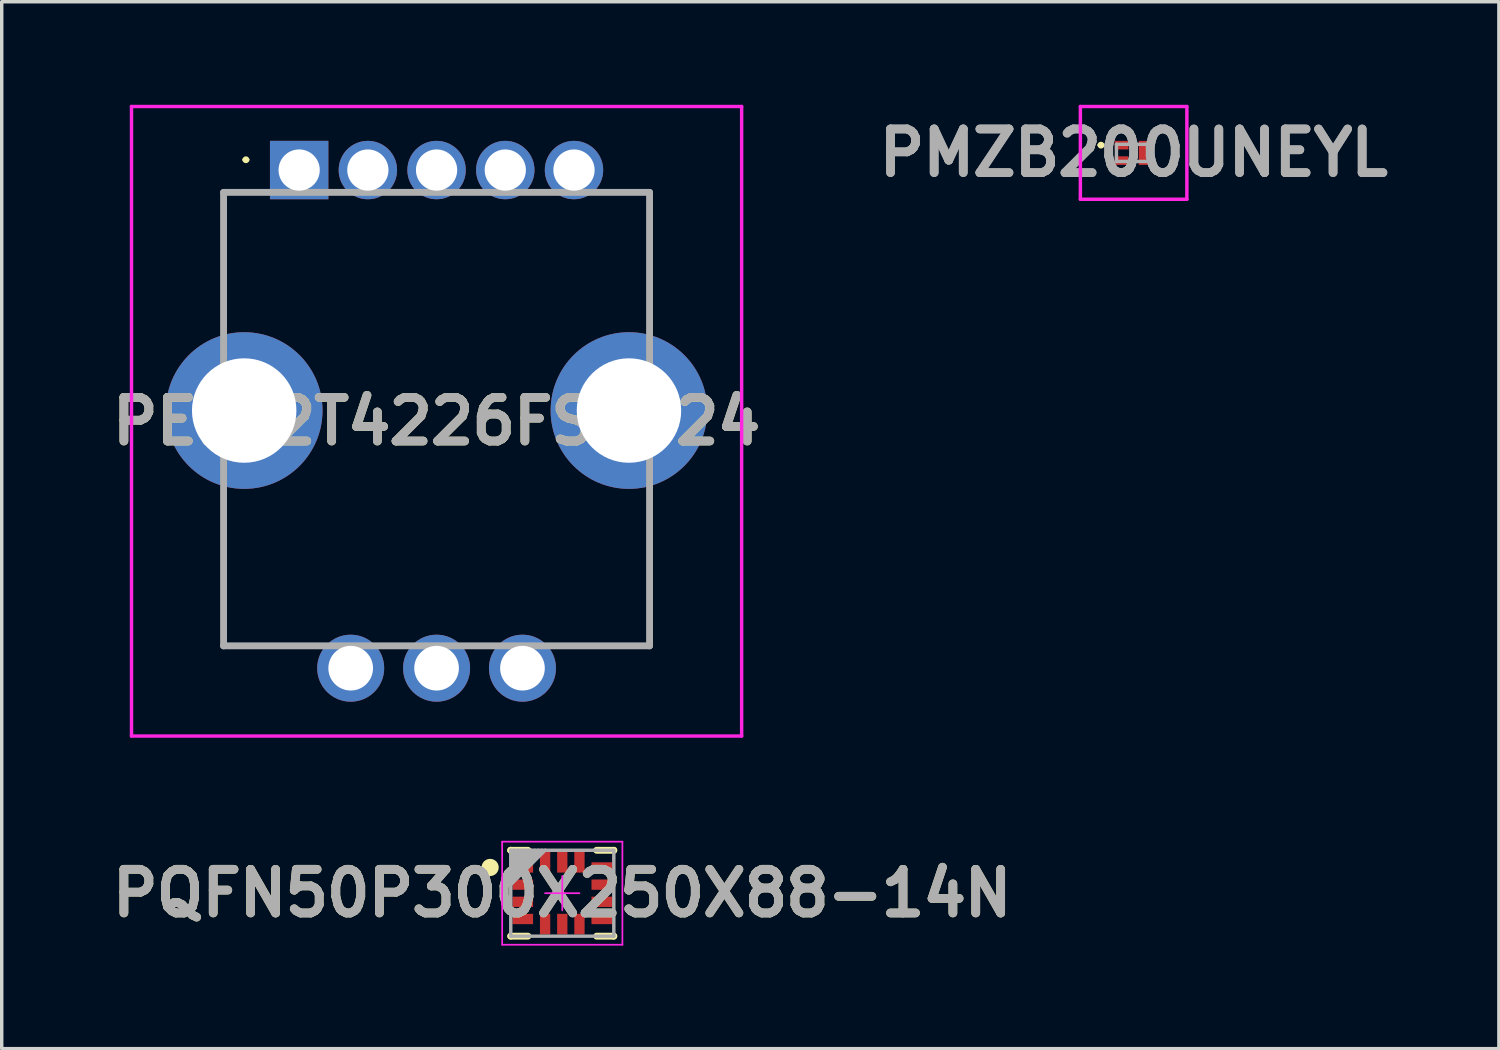
<source format=kicad_pcb>
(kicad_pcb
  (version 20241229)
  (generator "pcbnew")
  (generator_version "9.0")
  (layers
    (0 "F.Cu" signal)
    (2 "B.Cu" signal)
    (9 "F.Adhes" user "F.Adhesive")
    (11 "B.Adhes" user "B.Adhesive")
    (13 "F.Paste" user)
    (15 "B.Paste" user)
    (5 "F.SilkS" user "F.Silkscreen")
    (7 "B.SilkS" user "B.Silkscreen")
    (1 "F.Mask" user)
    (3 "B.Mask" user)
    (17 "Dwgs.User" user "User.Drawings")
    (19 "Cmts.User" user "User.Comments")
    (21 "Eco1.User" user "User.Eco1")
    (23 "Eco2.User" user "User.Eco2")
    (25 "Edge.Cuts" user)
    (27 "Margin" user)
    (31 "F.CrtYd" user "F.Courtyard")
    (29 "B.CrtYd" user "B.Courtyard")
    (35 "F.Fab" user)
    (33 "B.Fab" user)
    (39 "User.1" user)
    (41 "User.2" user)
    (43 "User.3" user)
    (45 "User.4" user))
  (footprint "PQFN50P300X250X88-14N"
    (layer "F.Cu")
    (at 13.317 22.95)
    (property "Reference" "PQFN50P300X250X88-14N" (at 0 0 0) (layer "F.SilkS") (effects (font (size 1.27 1.27) (thickness 0.254))))
    (attr smd)
    (fp_line (start -1.5 -1.25) (end -1.5 -1.25) (stroke (width 0.2) (type solid)) (layer "F.SilkS"))
    (fp_line (start -1.5 -1.25) (end -1.5 -1.25) (stroke (width 0.2) (type solid)) (layer "F.SilkS"))
    (fp_line (start -1.5 -1.25) (end -1 -1.25) (stroke (width 0.2) (type solid)) (layer "F.SilkS"))
    (fp_line (start -1.5 1.25) (end -1.5 1.25) (stroke (width 0.2) (type solid)) (layer "F.SilkS"))
    (fp_line (start -1.5 1.25) (end -1 1.25) (stroke (width 0.2) (type solid)) (layer "F.SilkS"))
    (fp_line (start 1.5 -1.25) (end 1 -1.25) (stroke (width 0.2) (type solid)) (layer "F.SilkS"))
    (fp_line (start 1.5 -1.25) (end 1.5 -1.25) (stroke (width 0.2) (type solid)) (layer "F.SilkS"))
    (fp_line (start 1.5 1.25) (end 1 1.25) (stroke (width 0.2) (type solid)) (layer "F.SilkS"))
    (fp_line (start 1.5 1.25) (end 1.5 1.25) (stroke (width 0.2) (type solid)) (layer "F.SilkS"))
    (fp_circle (center -2.1 -0.75) (end -2.1 -0.625) (stroke (width 0.25) (type solid)) (fill no) (layer "F.SilkS"))
    (fp_line (start -1.75 -1.5) (end -1.75 1.5) (stroke (width 0.05) (type solid)) (layer "F.CrtYd"))
    (fp_line (start -1.75 1.5) (end 1.75 1.5) (stroke (width 0.05) (type solid)) (layer "F.CrtYd"))
    (fp_line (start -1.5 -1.25) (end -1.5 1.25) (stroke (width 0.001) (type solid)) (layer "F.CrtYd"))
    (fp_line (start -1.5 1.25) (end 1.5 1.25) (stroke (width 0.001) (type solid)) (layer "F.CrtYd"))
    (fp_line (start -0.5 0) (end 0.5 0) (stroke (width 0.05) (type solid)) (layer "F.CrtYd"))
    (fp_line (start 0 0.5) (end 0 -0.5) (stroke (width 0.05) (type solid)) (layer "F.CrtYd"))
    (fp_line (start 1.5 -1.25) (end -1.5 -1.25) (stroke (width 0.001) (type solid)) (layer "F.CrtYd"))
    (fp_line (start 1.5 1.25) (end 1.5 -1.25) (stroke (width 0.001) (type solid)) (layer "F.CrtYd"))
    (fp_line (start 1.75 -1.5) (end -1.75 -1.5) (stroke (width 0.05) (type solid)) (layer "F.CrtYd"))
    (fp_line (start 1.75 1.5) (end 1.75 -1.5) (stroke (width 0.05) (type solid)) (layer "F.CrtYd"))
    (fp_line (start -1.5 -1.25) (end -1.5 1.25) (stroke (width 0.1) (type solid)) (layer "F.Fab"))
    (fp_line (start -1.5 1.25) (end 1.5 1.25) (stroke (width 0.1) (type solid)) (layer "F.Fab"))
    (fp_line (start -1.4 -1.25) (end -1.5 -1.15) (stroke (width 0.1) (type solid)) (layer "F.Fab"))
    (fp_line (start -1.3 -1.25) (end -1.5 -1.05) (stroke (width 0.1) (type solid)) (layer "F.Fab"))
    (fp_line (start -1.2 -1.25) (end -1.5 -0.95) (stroke (width 0.1) (type solid)) (layer "F.Fab"))
    (fp_line (start -1.1 -1.25) (end -1.5 -0.85) (stroke (width 0.1) (type solid)) (layer "F.Fab"))
    (fp_line (start -1 -1.25) (end -1.5 -0.75) (stroke (width 0.1) (type solid)) (layer "F.Fab"))
    (fp_line (start -0.9 -1.25) (end -1.5 -0.65) (stroke (width 0.1) (type solid)) (layer "F.Fab"))
    (fp_line (start -0.8 -1.25) (end -1.5 -0.55) (stroke (width 0.1) (type solid)) (layer "F.Fab"))
    (fp_line (start -0.7 -1.25) (end -1.5 -0.45) (stroke (width 0.1) (type solid)) (layer "F.Fab"))
    (fp_line (start -0.6 -1.25) (end -1.5 -0.35) (stroke (width 0.1) (type solid)) (layer "F.Fab"))
    (fp_line (start -0.5 -1.25) (end -1.5 -0.25) (stroke (width 0.1) (type solid)) (layer "F.Fab"))
    (fp_line (start 1.5 -1.25) (end -1.5 -1.25) (stroke (width 0.1) (type solid)) (layer "F.Fab"))
    (fp_line (start 1.5 1.25) (end 1.5 -1.25) (stroke (width 0.1) (type solid)) (layer "F.Fab"))
    (fp_text user "${REFERENCE}" (at 0 0 0) (layer "F.Fab") (effects (font (size 1.27 1.27) (thickness 0.254))))
    (pad "1" smd rect (at -1.15 -0.75 90) (size 0.3 0.6) (layers "F.Cu" "F.Mask" "F.Paste"))
    (pad "2" smd rect (at -1.15 -0.25 90) (size 0.3 0.6) (layers "F.Cu" "F.Mask" "F.Paste"))
    (pad "3" smd rect (at -1.15 0.25 90) (size 0.3 0.6) (layers "F.Cu" "F.Mask" "F.Paste"))
    (pad "4" smd rect (at -1.15 0.75 90) (size 0.3 0.6) (layers "F.Cu" "F.Mask" "F.Paste"))
    (pad "5" smd rect (at -0.5 0.9) (size 0.3 0.6) (layers "F.Cu" "F.Mask" "F.Paste"))
    (pad "6" smd rect (at 0 0.9) (size 0.3 0.6) (layers "F.Cu" "F.Mask" "F.Paste"))
    (pad "7" smd rect (at 0.5 0.9) (size 0.3 0.6) (layers "F.Cu" "F.Mask" "F.Paste"))
    (pad "8" smd rect (at 1.15 0.75 90) (size 0.3 0.6) (layers "F.Cu" "F.Mask" "F.Paste"))
    (pad "9" smd rect (at 1.15 0.25 90) (size 0.3 0.6) (layers "F.Cu" "F.Mask" "F.Paste"))
    (pad "10" smd rect (at 1.15 -0.25 90) (size 0.3 0.6) (layers "F.Cu" "F.Mask" "F.Paste"))
    (pad "11" smd rect (at 1.15 -0.75 90) (size 0.3 0.6) (layers "F.Cu" "F.Mask" "F.Paste"))
    (pad "12" smd rect (at 0.5 -0.9) (size 0.3 0.6) (layers "F.Cu" "F.Mask" "F.Paste"))
    (pad "13" smd rect (at 0 -0.9) (size 0.3 0.6) (layers "F.Cu" "F.Mask" "F.Paste"))
    (pad "14" smd rect (at -0.5 -0.9) (size 0.3 0.6) (layers "F.Cu" "F.Mask" "F.Paste")))
  (footprint "PEL12T4226FS1024"
    (layer "F.Cu")
    (at 5.658 1.9)
    (property "Reference" "PEL12T4226FS1024" (at 4 7.313 0) (layer "F.SilkS") (effects (font (size 1.27 1.27) (thickness 0.254))))
    (attr through_hole)
    (fp_line (start -2.2 0.65) (end -2.2 4.55) (stroke (width 0.1) (type solid)) (layer "F.SilkS"))
    (fp_line (start -2.2 9.35) (end -2.2 13.85) (stroke (width 0.1) (type solid)) (layer "F.SilkS"))
    (fp_line (start -2.2 13.85) (end 0.4 13.85) (stroke (width 0.1) (type solid)) (layer "F.SilkS"))
    (fp_line (start -1.6 -0.3) (end -1.6 -0.3) (stroke (width 0.1) (type solid)) (layer "F.SilkS"))
    (fp_line (start -1.5 -0.3) (end -1.5 -0.3) (stroke (width 0.1) (type solid)) (layer "F.SilkS"))
    (fp_line (start -1.1 0.65) (end -2.2 0.65) (stroke (width 0.1) (type solid)) (layer "F.SilkS"))
    (fp_line (start 9.1 0.65) (end 10.2 0.65) (stroke (width 0.1) (type solid)) (layer "F.SilkS"))
    (fp_line (start 10.2 0.65) (end 10.2 4.25) (stroke (width 0.1) (type solid)) (layer "F.SilkS"))
    (fp_line (start 10.2 9.65) (end 10.2 13.85) (stroke (width 0.1) (type solid)) (layer "F.SilkS"))
    (fp_line (start 10.2 13.85) (end 7.6 13.85) (stroke (width 0.1) (type solid)) (layer "F.SilkS"))
    (fp_arc (start -1.6 -0.3) (mid -1.55 -0.35) (end -1.5 -0.3) (stroke (width 0.1) (type solid)) (layer "F.SilkS"))
    (fp_arc (start -1.5 -0.3) (mid -1.55 -0.25) (end -1.6 -0.3) (stroke (width 0.1) (type solid)) (layer "F.SilkS"))
    (fp_line (start -4.88 -1.85) (end 12.88 -1.85) (stroke (width 0.1) (type solid)) (layer "F.CrtYd"))
    (fp_line (start -4.88 16.475) (end -4.88 -1.85) (stroke (width 0.1) (type solid)) (layer "F.CrtYd"))
    (fp_line (start 12.88 -1.85) (end 12.88 16.475) (stroke (width 0.1) (type solid)) (layer "F.CrtYd"))
    (fp_line (start 12.88 16.475) (end -4.88 16.475) (stroke (width 0.1) (type solid)) (layer "F.CrtYd"))
    (fp_line (start -2.2 0.65) (end 10.2 0.65) (stroke (width 0.2) (type solid)) (layer "F.Fab"))
    (fp_line (start -2.2 13.85) (end -2.2 0.65) (stroke (width 0.2) (type solid)) (layer "F.Fab"))
    (fp_line (start 10.2 0.65) (end 10.2 13.85) (stroke (width 0.2) (type solid)) (layer "F.Fab"))
    (fp_line (start 10.2 13.85) (end -2.2 13.85) (stroke (width 0.2) (type solid)) (layer "F.Fab"))
    (fp_text user "${REFERENCE}" (at 4 7.313 0) (layer "F.Fab") (effects (font (size 1.27 1.27) (thickness 0.254))))
    (pad "1" thru_hole rect (at 0 0) (size 1.7 1.7) (drill 1.2) (layers "*.Cu" "*.Mask"))
    (pad "2" thru_hole circle (at 2 0) (size 1.7 1.7) (drill 1.2) (layers "*.Cu" "*.Mask"))
    (pad "3" thru_hole circle (at 4 0) (size 1.7 1.7) (drill 1.2) (layers "*.Cu" "*.Mask"))
    (pad "4" thru_hole circle (at 6 0) (size 1.7 1.7) (drill 1.2) (layers "*.Cu" "*.Mask"))
    (pad "5" thru_hole circle (at 8 0) (size 1.7 1.7) (drill 1.2) (layers "*.Cu" "*.Mask"))
    (pad "A1" thru_hole circle (at 1.5 14.5) (size 1.95 1.95) (drill 1.3) (layers "*.Cu" "*.Mask"))
    (pad "B1" thru_hole circle (at 6.5 14.5) (size 1.95 1.95) (drill 1.3) (layers "*.Cu" "*.Mask"))
    (pad "C1" thru_hole circle (at 4 14.5) (size 1.95 1.95) (drill 1.3) (layers "*.Cu" "*.Mask"))
    (pad "MH1" thru_hole circle (at -1.6 7) (size 4.56 4.56) (drill 3.04) (layers "*.Cu" "*.Mask"))
    (pad "MH2" thru_hole circle (at 9.6 7) (size 4.56 4.56) (drill 3.04) (layers "*.Cu" "*.Mask")))
  (footprint "PMZB200UNEYL"
    (layer "F.Cu")
    (at 29.948 1.4)
    (property "Reference" "PMZB200UNEYL" (at 0 0 0) (layer "F.Fab") (effects (font (size 1.27 1.27) (thickness 0.254))))
    (attr smd)
    (fp_line (start -1 -0.225) (end -1 -0.225) (stroke (width 0.1) (type solid)) (layer "F.SilkS"))
    (fp_line (start -0.9 -0.225) (end -0.9 -0.225) (stroke (width 0.1) (type solid)) (layer "F.SilkS"))
    (fp_arc (start -1 -0.225) (mid -0.95 -0.275) (end -0.9 -0.225) (stroke (width 0.1) (type solid)) (layer "F.SilkS"))
    (fp_arc (start -0.9 -0.225) (mid -0.95 -0.175) (end -1 -0.225) (stroke (width 0.1) (type solid)) (layer "F.SilkS"))
    (fp_line (start -1.55 -1.35) (end 1.55 -1.35) (stroke (width 0.1) (type solid)) (layer "F.CrtYd"))
    (fp_line (start -1.55 1.35) (end -1.55 -1.35) (stroke (width 0.1) (type solid)) (layer "F.CrtYd"))
    (fp_line (start 1.55 -1.35) (end 1.55 1.35) (stroke (width 0.1) (type solid)) (layer "F.CrtYd"))
    (fp_line (start 1.55 1.35) (end -1.55 1.35) (stroke (width 0.1) (type solid)) (layer "F.CrtYd"))
    (fp_line (start -0.5 -0.25) (end -0.5 0.25) (stroke (width 0.1) (type solid)) (layer "F.Fab"))
    (fp_line (start -0.5 0.25) (end 0.5 0.25) (stroke (width 0.1) (type solid)) (layer "F.Fab"))
    (fp_line (start 0.5 -0.25) (end -0.5 -0.25) (stroke (width 0.1) (type solid)) (layer "F.Fab"))
    (fp_line (start 0.5 0.25) (end 0.5 -0.25) (stroke (width 0.1) (type solid)) (layer "F.Fab"))
    (fp_text user "${REFERENCE}" (at 0 0 0) (layer "F.Fab") (effects (font (size 1.27 1.27) (thickness 0.254))))
    (pad "1" smd rect (at -0.35 -0.225 90) (size 0.25 0.4) (layers "F.Cu" "F.Mask" "F.Paste"))
    (pad "2" smd rect (at -0.35 0.225 90) (size 0.25 0.4) (layers "F.Cu" "F.Mask" "F.Paste"))
    (pad "3" smd rect (at 0.35 0) (size 0.4 0.7) (layers "F.Cu" "F.Mask" "F.Paste")))
  (gr_rect
    (start -3 -3)
    (end 40.58 27.475)
    (stroke (width 0.1) (type default))
    (fill no)
    (layer "Edge.Cuts")))
</source>
